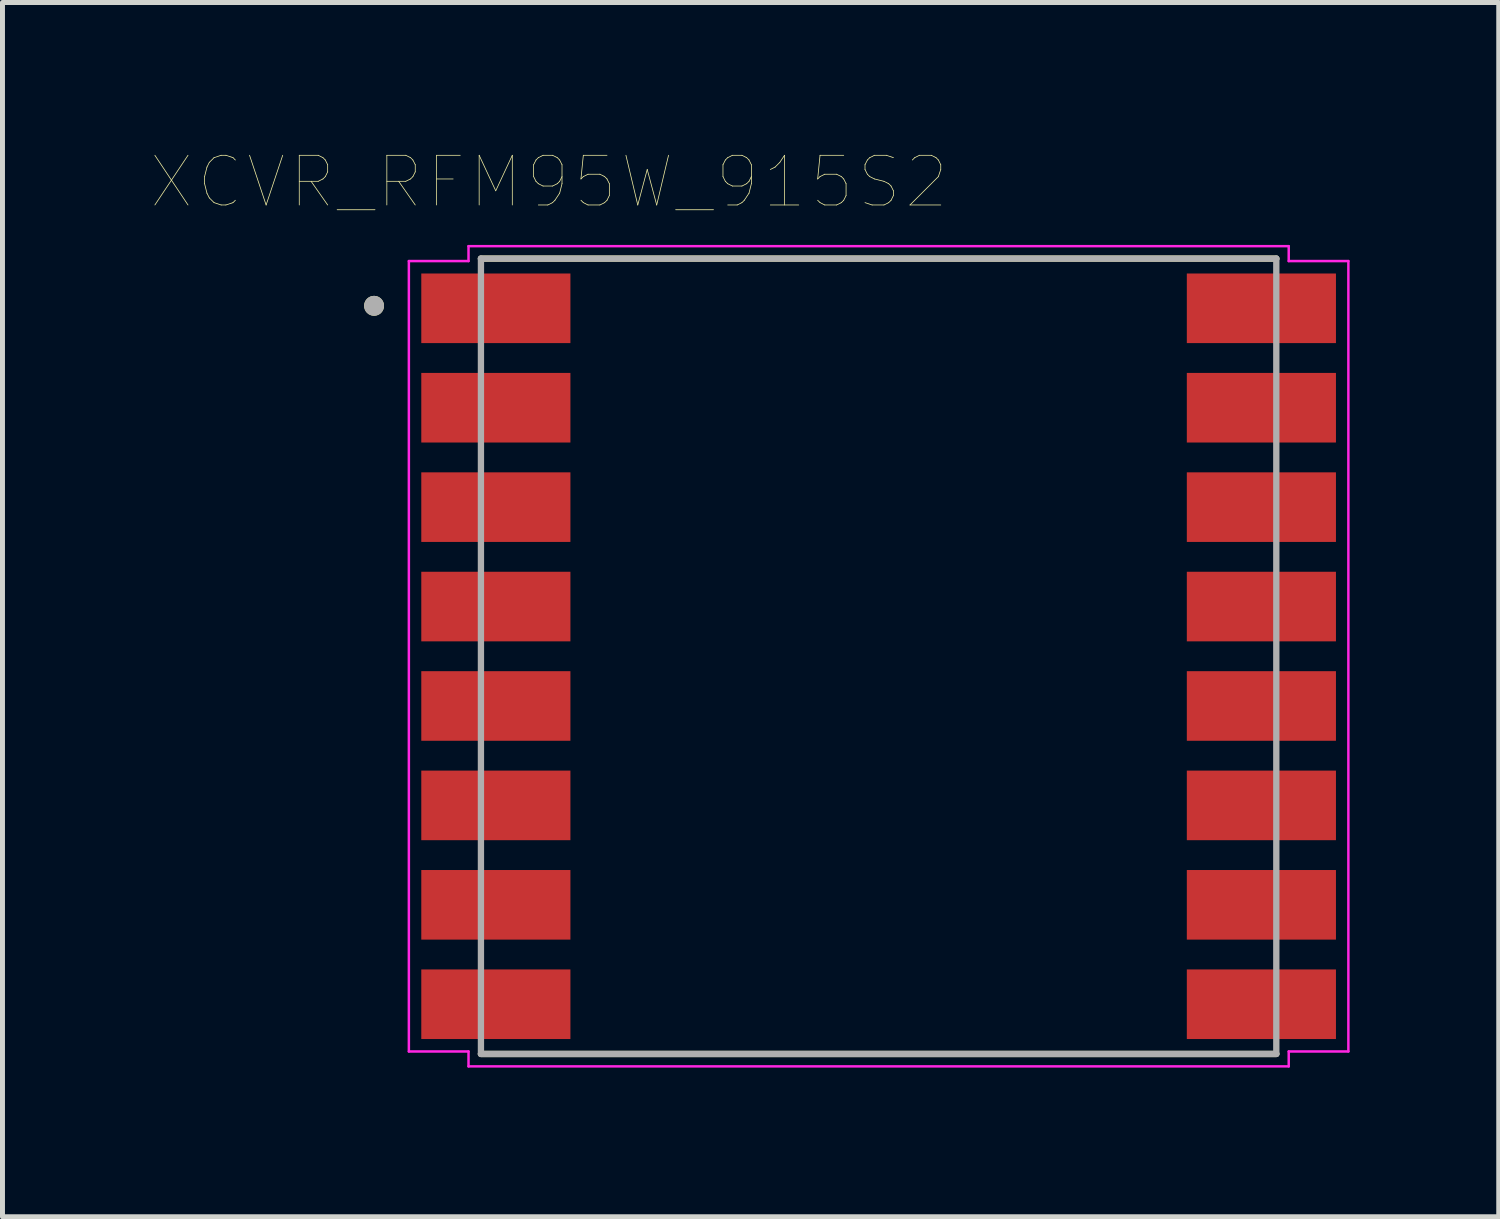
<source format=kicad_pcb>
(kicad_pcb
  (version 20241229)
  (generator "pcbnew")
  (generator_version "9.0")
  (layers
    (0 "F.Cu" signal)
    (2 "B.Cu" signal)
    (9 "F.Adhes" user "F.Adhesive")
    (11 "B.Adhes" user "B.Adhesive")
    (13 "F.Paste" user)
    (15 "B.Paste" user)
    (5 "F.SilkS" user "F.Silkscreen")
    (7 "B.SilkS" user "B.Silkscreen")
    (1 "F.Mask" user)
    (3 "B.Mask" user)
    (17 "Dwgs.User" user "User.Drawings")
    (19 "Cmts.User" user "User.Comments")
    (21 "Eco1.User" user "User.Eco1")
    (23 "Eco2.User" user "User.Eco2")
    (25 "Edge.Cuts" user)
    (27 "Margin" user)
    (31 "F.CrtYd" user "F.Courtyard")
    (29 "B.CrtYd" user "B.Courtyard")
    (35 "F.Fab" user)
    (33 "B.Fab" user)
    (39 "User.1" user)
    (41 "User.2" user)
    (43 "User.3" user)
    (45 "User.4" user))
  (footprint "XCVR_RFM95W_915S2"
    (layer "F.Cu")
    (at 14.625 10.152)
    (property "Reference" "XCVR_RFM95W_915S2" (at -6.631 -9.54 0) (layer "F.SilkS") (effects (font (size 1 1) (thickness 0.015))))
    (attr through_hole)
    (fp_line (start -8 -8) (end 8 -8) (stroke (width 0.127) (type solid)) (layer "F.SilkS"))
    (fp_line (start -8 8) (end 8 8) (stroke (width 0.127) (type solid)) (layer "F.SilkS"))
    (fp_circle (center -10.15 -7.05) (end -10.05 -7.05) (stroke (width 0.2) (type solid)) (fill no) (layer "F.SilkS"))
    (fp_line (start -9.45 -7.95) (end -8.25 -7.95) (stroke (width 0.05) (type solid)) (layer "F.CrtYd"))
    (fp_line (start -9.45 7.95) (end -9.45 -7.95) (stroke (width 0.05) (type solid)) (layer "F.CrtYd"))
    (fp_line (start -8.25 -8.25) (end 8.25 -8.25) (stroke (width 0.05) (type solid)) (layer "F.CrtYd"))
    (fp_line (start -8.25 -7.95) (end -8.25 -8.25) (stroke (width 0.05) (type solid)) (layer "F.CrtYd"))
    (fp_line (start -8.25 7.95) (end -9.45 7.95) (stroke (width 0.05) (type solid)) (layer "F.CrtYd"))
    (fp_line (start -8.25 8.25) (end -8.25 7.95) (stroke (width 0.05) (type solid)) (layer "F.CrtYd"))
    (fp_line (start 8.25 -8.25) (end 8.25 -7.95) (stroke (width 0.05) (type solid)) (layer "F.CrtYd"))
    (fp_line (start 8.25 -7.95) (end 9.45 -7.95) (stroke (width 0.05) (type solid)) (layer "F.CrtYd"))
    (fp_line (start 8.25 7.95) (end 8.25 8.25) (stroke (width 0.05) (type solid)) (layer "F.CrtYd"))
    (fp_line (start 8.25 8.25) (end -8.25 8.25) (stroke (width 0.05) (type solid)) (layer "F.CrtYd"))
    (fp_line (start 9.45 -7.95) (end 9.45 7.95) (stroke (width 0.05) (type solid)) (layer "F.CrtYd"))
    (fp_line (start 9.45 7.95) (end 8.25 7.95) (stroke (width 0.05) (type solid)) (layer "F.CrtYd"))
    (fp_line (start -8 -8) (end 8 -8) (stroke (width 0.127) (type solid)) (layer "F.Fab"))
    (fp_line (start -8 8) (end -8 -8) (stroke (width 0.127) (type solid)) (layer "F.Fab"))
    (fp_line (start 8 -8) (end 8 8) (stroke (width 0.127) (type solid)) (layer "F.Fab"))
    (fp_line (start 8 8) (end -8 8) (stroke (width 0.127) (type solid)) (layer "F.Fab"))
    (fp_circle (center -10.15 -7.05) (end -10.05 -7.05) (stroke (width 0.2) (type solid)) (fill no) (layer "F.Fab"))
    (pad "1" smd rect (at -7.7 -7) (size 3 1.4) (layers "F.Cu" "F.Mask" "F.Paste"))
    (pad "2" smd rect (at -7.7 -5) (size 3 1.4) (layers "F.Cu" "F.Mask" "F.Paste"))
    (pad "3" smd rect (at -7.7 -3) (size 3 1.4) (layers "F.Cu" "F.Mask" "F.Paste"))
    (pad "4" smd rect (at -7.7 -1) (size 3 1.4) (layers "F.Cu" "F.Mask" "F.Paste"))
    (pad "5" smd rect (at -7.7 1) (size 3 1.4) (layers "F.Cu" "F.Mask" "F.Paste"))
    (pad "6" smd rect (at -7.7 3) (size 3 1.4) (layers "F.Cu" "F.Mask" "F.Paste"))
    (pad "7" smd rect (at -7.7 5) (size 3 1.4) (layers "F.Cu" "F.Mask" "F.Paste"))
    (pad "8" smd rect (at -7.7 7) (size 3 1.4) (layers "F.Cu" "F.Mask" "F.Paste"))
    (pad "9" smd rect (at 7.7 7) (size 3 1.4) (layers "F.Cu" "F.Mask" "F.Paste"))
    (pad "10" smd rect (at 7.7 5) (size 3 1.4) (layers "F.Cu" "F.Mask" "F.Paste"))
    (pad "11" smd rect (at 7.7 3) (size 3 1.4) (layers "F.Cu" "F.Mask" "F.Paste"))
    (pad "12" smd rect (at 7.7 1) (size 3 1.4) (layers "F.Cu" "F.Mask" "F.Paste"))
    (pad "13" smd rect (at 7.7 -1) (size 3 1.4) (layers "F.Cu" "F.Mask" "F.Paste"))
    (pad "14" smd rect (at 7.7 -3) (size 3 1.4) (layers "F.Cu" "F.Mask" "F.Paste"))
    (pad "15" smd rect (at 7.7 -5) (size 3 1.4) (layers "F.Cu" "F.Mask" "F.Paste"))
    (pad "16" smd rect (at 7.7 -7) (size 3 1.4) (layers "F.Cu" "F.Mask" "F.Paste")))
  (gr_rect
    (start -3 -3)
    (end 27.1 21.427)
    (stroke (width 0.1) (type default))
    (fill no)
    (layer "Edge.Cuts")))
</source>
